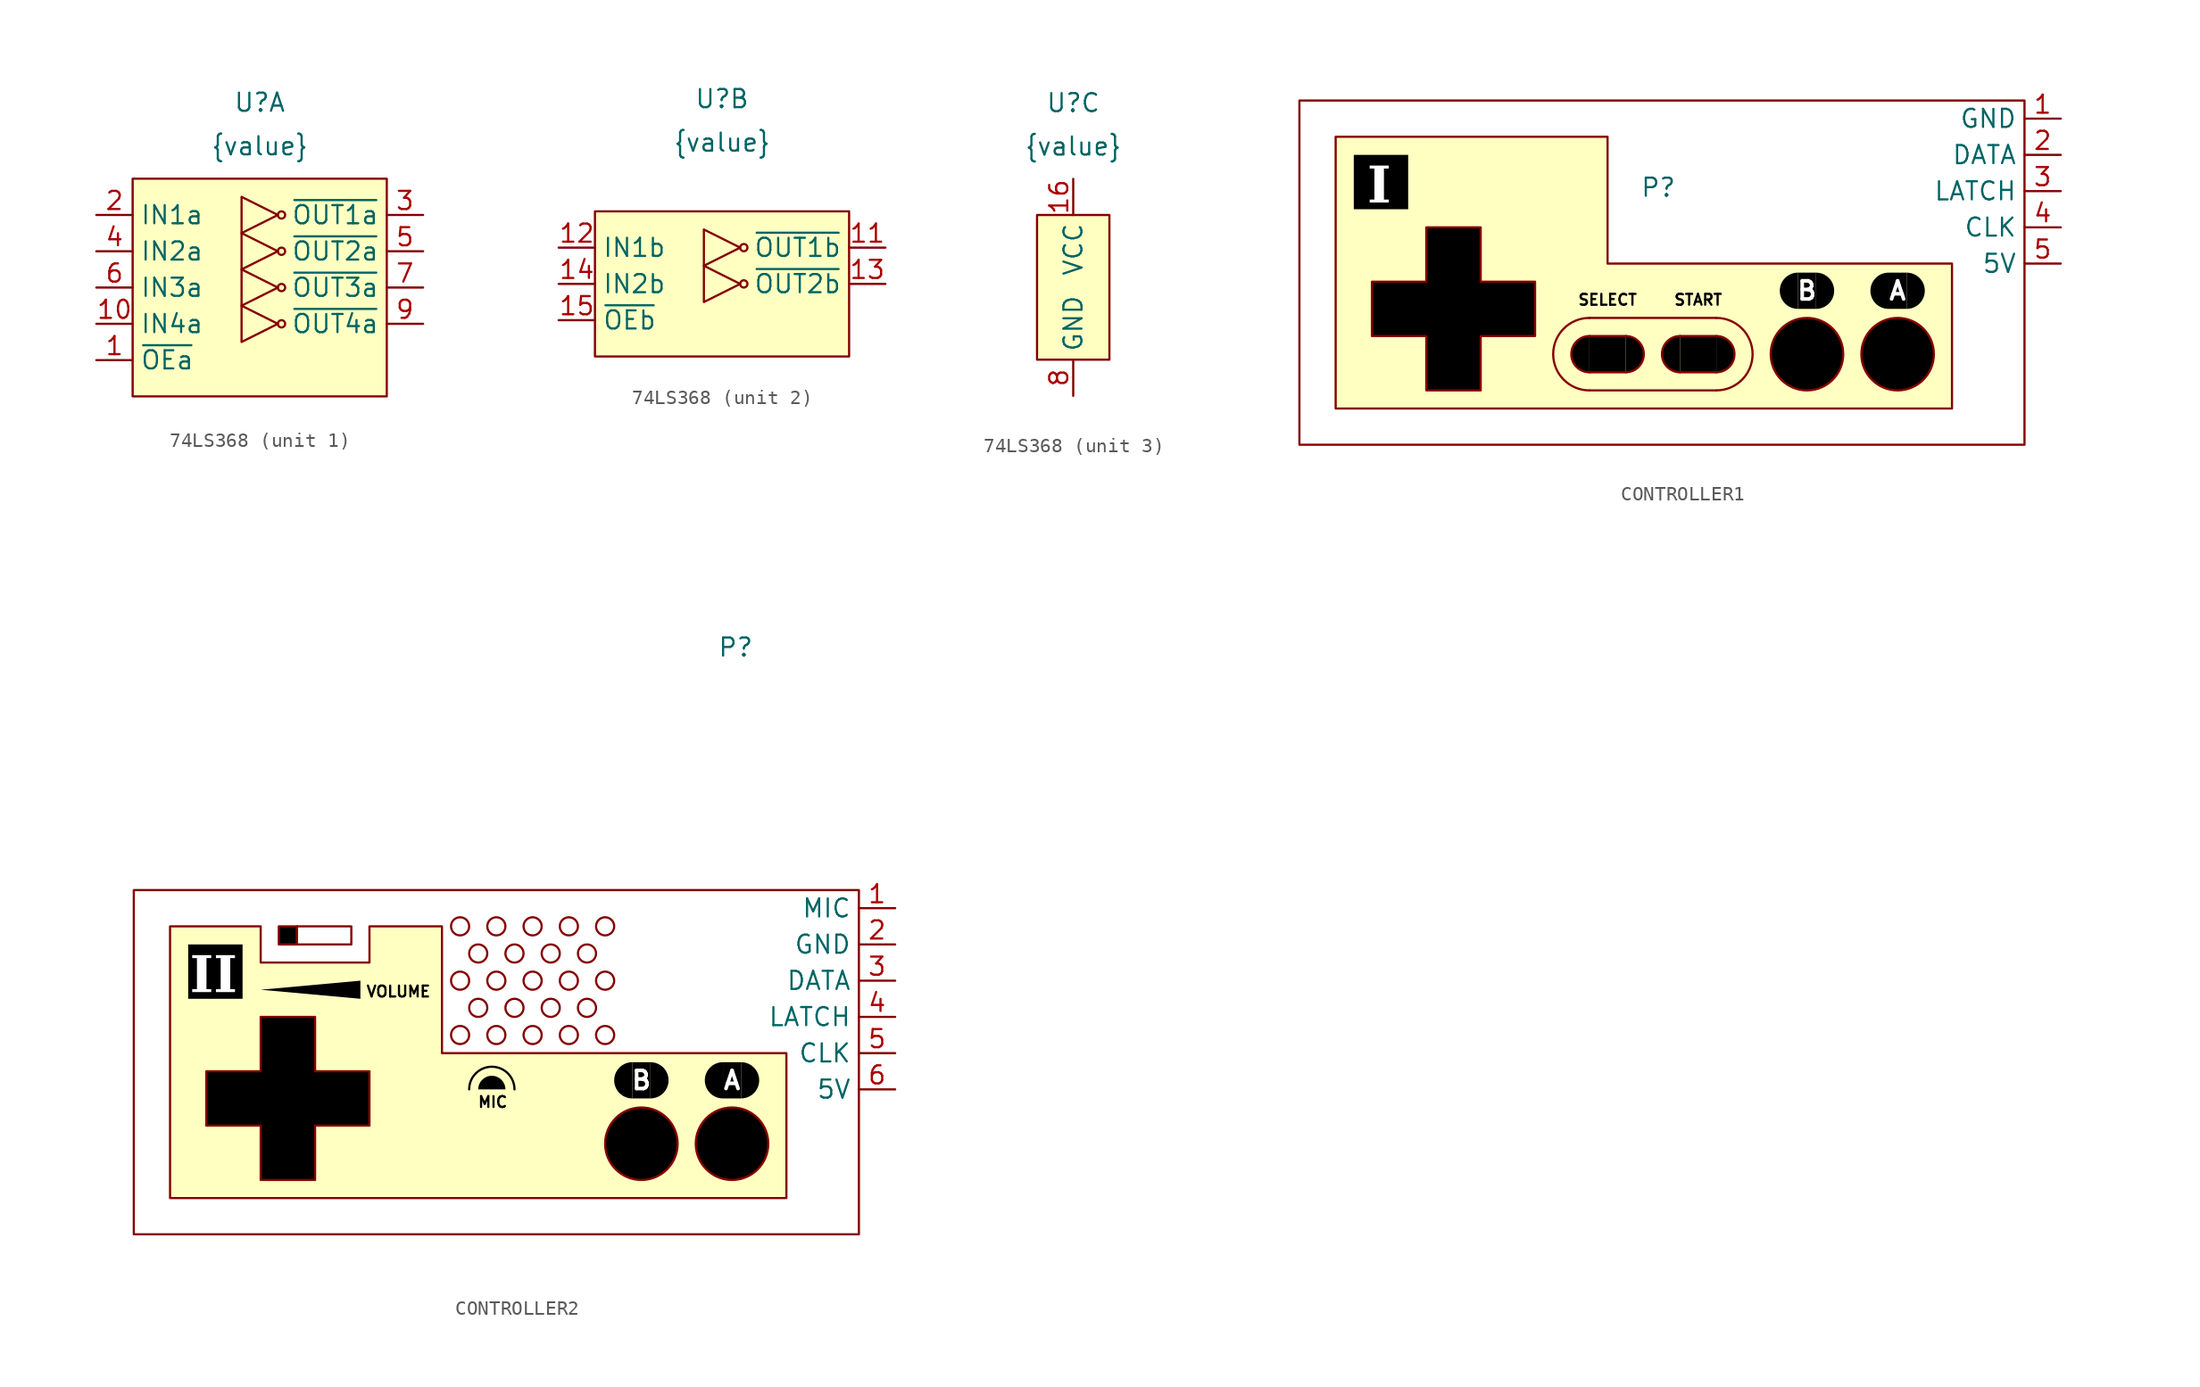
<source format=kicad_sym>
(kicad_symbol_lib
  (version 20241209)
  (generator "kicad_symbol_editor")
  (generator_version "9.0")
  (symbol "74LS368"
    (property "Reference" "U"
      (at 0 7.874 0)
      (effects (font (size 1.27 1.27))))
    (property "Value" "{value}"
      (at 0 4.826 0)
      (effects (font (size 1.27 1.27))))
    (property "ki_locked" ""
      (at 0 0 0)
      (effects (font (size 1.27 1.27))))
    (symbol "74LS368_1_0"
      (pin input line (at -11.43 0 0) (length 2.54) (name "IN1a" (effects (font (size 1.27 1.27)))) (number "2" (effects (font (size 1.27 1.27)))))
      (pin input line (at -11.43 -2.54 0) (length 2.54) (name "IN2a" (effects (font (size 1.27 1.27)))) (number "4" (effects (font (size 1.27 1.27)))))
      (pin input line (at -11.43 -5.08 0) (length 2.54) (name "IN3a" (effects (font (size 1.27 1.27)))) (number "6" (effects (font (size 1.27 1.27)))))
      (pin input line (at -11.43 -7.62 0) (length 2.54) (name "IN4a" (effects (font (size 1.27 1.27)))) (number "10" (effects (font (size 1.27 1.27)))))
      (pin input line (at -11.43 -10.16 0) (length 2.54) (name "~{OEa}" (effects (font (size 1.27 1.27)))) (number "1" (effects (font (size 1.27 1.27)))))
      (pin tri_state line (at 11.43 0 180) (length 2.54) (name "~{OUT1a}" (effects (font (size 1.27 1.27)))) (number "3" (effects (font (size 1.27 1.27)))))
      (pin tri_state line (at 11.43 -2.54 180) (length 2.54) (name "~{OUT2a}" (effects (font (size 1.27 1.27)))) (number "5" (effects (font (size 1.27 1.27)))))
      (pin tri_state line (at 11.43 -5.08 180) (length 2.54) (name "~{OUT3a}" (effects (font (size 1.27 1.27)))) (number "7" (effects (font (size 1.27 1.27)))))
      (pin tri_state line (at 11.43 -7.62 180) (length 2.54) (name "~{OUT4a}" (effects (font (size 1.27 1.27)))) (number "9" (effects (font (size 1.27 1.27))))))
    (symbol "74LS368_1_1"
      (rectangle (start -8.89 2.54) (end 8.89 -12.7) (stroke (width 0) (type solid)) (fill (type background)))
      (polyline (pts (xy -1.27 1.27) (xy -1.27 -1.27) (xy 1.27 0) (xy -1.27 1.27)) (stroke (width 0) (type default)) (fill (type none)))
      (polyline (pts (xy -1.27 -1.27) (xy -1.27 -3.81) (xy 1.27 -2.54) (xy -1.27 -1.27)) (stroke (width 0) (type default)) (fill (type none)))
      (polyline (pts (xy -1.27 -3.81) (xy -1.27 -6.35) (xy 1.27 -5.08) (xy -1.27 -3.81)) (stroke (width 0) (type default)) (fill (type none)))
      (polyline (pts (xy -1.27 -6.35) (xy -1.27 -8.89) (xy 1.27 -7.62) (xy -1.27 -6.35)) (stroke (width 0) (type default)) (fill (type none)))
      (circle (center 1.524 0) (radius 0.254) (stroke (width 0) (type default)) (fill (type none)))
      (circle (center 1.524 -2.54) (radius 0.254) (stroke (width 0) (type default)) (fill (type none)))
      (circle (center 1.524 -5.08) (radius 0.254) (stroke (width 0) (type default)) (fill (type none)))
      (circle (center 1.524 -7.62) (radius 0.254) (stroke (width 0) (type default)) (fill (type none))))
    (symbol "74LS368_2_0"
      (pin input line (at -11.43 -2.54 0) (length 2.54) (name "IN1b" (effects (font (size 1.27 1.27)))) (number "12" (effects (font (size 1.27 1.27)))))
      (pin input line (at -11.43 -5.08 0) (length 2.54) (name "IN2b" (effects (font (size 1.27 1.27)))) (number "14" (effects (font (size 1.27 1.27)))))
      (pin input line (at -11.43 -7.62 0) (length 2.54) (name "~{OEb}" (effects (font (size 1.27 1.27)))) (number "15" (effects (font (size 1.27 1.27)))))
      (pin tri_state line (at 11.43 -2.54 180) (length 2.54) (name "~{OUT1b}" (effects (font (size 1.27 1.27)))) (number "11" (effects (font (size 1.27 1.27)))))
      (pin tri_state line (at 11.43 -5.08 180) (length 2.54) (name "~{OUT2b}" (effects (font (size 1.27 1.27)))) (number "13" (effects (font (size 1.27 1.27))))))
    (symbol "74LS368_2_1"
      (rectangle (start -8.89 0) (end 8.89 -10.16) (stroke (width 0) (type solid)) (fill (type background)))
      (polyline (pts (xy -1.27 -1.27) (xy -1.27 -3.81) (xy 1.27 -2.54) (xy -1.27 -1.27)) (stroke (width 0) (type default)) (fill (type none)))
      (polyline (pts (xy -1.27 -3.81) (xy -1.27 -6.35) (xy 1.27 -5.08) (xy -1.27 -3.81)) (stroke (width 0) (type default)) (fill (type none)))
      (circle (center 1.524 -2.54) (radius 0.254) (stroke (width 0) (type default)) (fill (type none)))
      (circle (center 1.524 -5.08) (radius 0.254) (stroke (width 0) (type default)) (fill (type none))))
    (symbol "74LS368_3_0"
      (pin power_in line (at 0 2.54 270) (length 2.54) (name "VCC" (effects (font (size 1.27 1.27)))) (number "16" (effects (font (size 1.27 1.27)))))
      (pin power_in line (at 0 -12.7 90) (length 2.54) (name "GND" (effects (font (size 1.27 1.27)))) (number "8" (effects (font (size 1.27 1.27))))))
    (symbol "74LS368_3_1"
      (rectangle (start -2.54 0) (end 2.54 -10.16) (stroke (width 0) (type solid)) (fill (type background)))))
  (symbol "CONTROLLER1"
    (property "Reference" "P"
      (at -25.654 -6.096 0)
      (effects (font (size 1.27 1.27))))
    (property "Value" ""
      (at 0 0 0)
      (effects (font (size 1.27 1.27))))
    (symbol "CONTROLLER1_0_0"
      (pin power_in line (at 2.54 -1.27 180) (length 2.54) (name "GND" (effects (font (size 1.27 1.27)))) (number "1" (effects (font (size 1.27 1.27)))))
      (pin power_in line (at 2.54 -11.43 180) (length 2.54) (name "5V" (effects (font (size 1.27 1.27)))) (number "5" (effects (font (size 1.27 1.27))))))
    (symbol "CONTROLLER1_1_0"
      (pin output line (at 2.54 -3.81 180) (length 2.54) (name "DATA" (effects (font (size 1.27 1.27)))) (number "2" (effects (font (size 1.27 1.27)))))
      (pin input line (at 2.54 -6.35 180) (length 2.54) (name "LATCH" (effects (font (size 1.27 1.27)))) (number "3" (effects (font (size 1.27 1.27)))))
      (pin input line (at 2.54 -8.89 180) (length 2.54) (name "CLK" (effects (font (size 1.27 1.27)))) (number "4" (effects (font (size 1.27 1.27))))))
    (symbol "CONTROLLER1_1_1"
      (rectangle (start -50.8 0) (end 0 -24.13) (stroke (width 0) (type default)) (fill (type none)))
      (polyline (pts (xy -48.26 -2.54) (xy -48.26 -21.59) (xy -5.08 -21.59) (xy -5.08 -11.43) (xy -29.21 -11.43) (xy -29.21 -2.54) (xy -48.26 -2.54)) (stroke (width 0) (type solid)) (fill (type background)))
      (rectangle (start -46.99 -3.81) (end -43.18 -7.62) (stroke (width -0.0001) (type solid)) (fill (type color) (color 0 0 0 1)))
      (polyline (pts (xy -41.91 -8.89) (xy -41.91 -12.7) (xy -45.72 -12.7) (xy -45.72 -16.51) (xy -41.91 -16.51) (xy -41.91 -20.32) (xy -38.1 -20.32) (xy -38.1 -16.51) (xy -34.29 -16.51) (xy -34.29 -12.7) (xy -38.1 -12.7) (xy -38.1 -8.89) (xy -41.91 -8.89)) (stroke (width 0) (type solid)) (fill (type color) (color 0 0 0 1)))
      (polyline (pts (xy -30.48 -15.24) (xy -21.59 -15.24)) (stroke (width 0) (type default)) (fill (type none)))
      (rectangle (start -30.48 -16.51) (end -27.94 -19.05) (stroke (width -0.0001) (type solid)) (fill (type color) (color 0 0 0 1)))
      (polyline (pts (xy -30.48 -16.51) (xy -27.94 -16.51)) (stroke (width 0) (type default)) (fill (type none)))
      (arc (start -30.48 -19.05) (mid -31.75 -17.78) (end -30.48 -16.51) (stroke (width 0) (type solid)) (fill (type color) (color 0 0 0 1)))
      (arc (start -30.48 -20.32) (mid -33.02 -17.78) (end -30.48 -15.24) (stroke (width 0) (type default)) (fill (type none)))
      (polyline (pts (xy -30.48 -19.05) (xy -27.94 -19.05)) (stroke (width 0) (type default)) (fill (type none)))
      (polyline (pts (xy -30.48 -20.32) (xy -21.59 -20.32)) (stroke (width 0) (type default)) (fill (type none)))
      (arc (start -27.94 -16.51) (mid -26.67 -17.78) (end -27.94 -19.05) (stroke (width 0) (type solid)) (fill (type color) (color 0 0 0 1)))
      (rectangle (start -24.13 -16.51) (end -21.59 -19.05) (stroke (width -0.0001) (type solid)) (fill (type color) (color 0 0 0 1)))
      (polyline (pts (xy -24.13 -16.51) (xy -21.59 -16.51)) (stroke (width 0) (type default)) (fill (type none)))
      (arc (start -24.13 -19.05) (mid -25.4 -17.78) (end -24.13 -16.51) (stroke (width 0) (type solid)) (fill (type color) (color 0 0 0 1)))
      (polyline (pts (xy -24.13 -19.05) (xy -21.59 -19.05)) (stroke (width 0) (type default)) (fill (type none)))
      (arc (start -21.59 -15.24) (mid -19.05 -17.78) (end -21.59 -20.32) (stroke (width 0) (type default)) (fill (type none)))
      (arc (start -21.59 -16.51) (mid -20.32 -17.78) (end -21.59 -19.05) (stroke (width 0) (type solid)) (fill (type color) (color 0 0 0 1)))
      (rectangle (start -15.875 -12.065) (end -14.605 -14.605) (stroke (width -0.0001) (type solid)) (fill (type color) (color 0 0 0 1)))
      (arc (start -15.875 -14.605) (mid -17.145 -13.335) (end -15.875 -12.065) (stroke (width -0.0001) (type solid)) (fill (type color) (color 0 0 0 1)))
      (circle (center -15.24 -17.78) (radius 2.54) (stroke (width 0) (type solid)) (fill (type color) (color 0 0 0 1)))
      (arc (start -14.605 -12.065) (mid -13.335 -13.335) (end -14.605 -14.605) (stroke (width -0.0001) (type solid)) (fill (type color) (color 0 0 0 1)))
      (rectangle (start -9.525 -12.065) (end -8.255 -14.605) (stroke (width -0.0001) (type solid)) (fill (type color) (color 0 0 0 1)))
      (arc (start -9.525 -14.605) (mid -10.795 -13.335) (end -9.525 -12.065) (stroke (width -0.0001) (type solid)) (fill (type color) (color 0 0 0 1)))
      (circle (center -8.89 -17.78) (radius 2.54) (stroke (width 0) (type solid)) (fill (type color) (color 0 0 0 1)))
      (arc (start -8.255 -12.065) (mid -6.985 -13.335) (end -8.255 -14.605) (stroke (width -0.0001) (type solid)) (fill (type color) (color 0 0 0 1)))
      (text "I" (at -45.212 -6.096 0) (effects (font (face "DejaVu Serif") (size 2.54 2.54) (bold yes) (color 255 255 255 1))))
      (text "SELECT" (at -29.21 -13.97 0) (effects (font (size 0.762 0.762) (color 0 0 0 1))))
      (text "START" (at -22.86 -13.97 0) (effects (font (size 0.762 0.762) (color 0 0 0 1))))
      (text "B" (at -15.24 -13.335 0) (effects (font (size 1.27 1.27) (thickness 0.254) (bold yes) (color 255 255 255 1))))
      (text "A" (at -8.89 -13.335 0) (effects (font (size 1.27 1.27) (thickness 0.254) (bold yes) (color 255 255 255 1))))))
  (symbol "CONTROLLER2"
    (property "Reference" "P"
      (at -8.636 17.018 0)
      (effects (font (size 1.27 1.27))))
    (property "Value" ""
      (at 0 0 0)
      (effects (font (size 1.27 1.27))))
    (symbol "CONTROLLER2_0_0"
      (pin output line (at 2.54 -1.27 180) (length 2.54) (name "MIC" (effects (font (size 1.27 1.27)))) (number "1" (effects (font (size 1.27 1.27)))))
      (pin power_in line (at 2.54 -3.81 180) (length 2.54) (name "GND" (effects (font (size 1.27 1.27)))) (number "2" (effects (font (size 1.27 1.27)))))
      (pin power_in line (at 2.54 -13.97 180) (length 2.54) (name "5V" (effects (font (size 1.27 1.27)))) (number "6" (effects (font (size 1.27 1.27))))))
    (symbol "CONTROLLER2_1_0"
      (pin output line (at 2.54 -6.35 180) (length 2.54) (name "DATA" (effects (font (size 1.27 1.27)))) (number "3" (effects (font (size 1.27 1.27)))))
      (pin input line (at 2.54 -8.89 180) (length 2.54) (name "LATCH" (effects (font (size 1.27 1.27)))) (number "4" (effects (font (size 1.27 1.27)))))
      (pin input line (at 2.54 -11.43 180) (length 2.54) (name "CLK" (effects (font (size 1.27 1.27)))) (number "5" (effects (font (size 1.27 1.27))))))
    (symbol "CONTROLLER2_1_1"
      (rectangle (start -50.8 0) (end 0 -24.13) (stroke (width 0) (type default)) (fill (type none)))
      (polyline (pts (xy -48.26 -2.54) (xy -48.26 -21.59) (xy -5.08 -21.59) (xy -5.08 -11.43) (xy -29.21 -11.43) (xy -29.21 -2.54) (xy -34.29 -2.54) (xy -34.29 -5.08) (xy -41.91 -5.08) (xy -41.91 -2.54) (xy -48.26 -2.54)) (stroke (width 0) (type solid)) (fill (type background)))
      (rectangle (start -46.99 -3.81) (end -43.18 -7.62) (stroke (width -0.0001) (type solid)) (fill (type color) (color 0 0 0 1)))
      (polyline (pts (xy -41.91 -6.985) (xy -34.925 -6.35) (xy -34.925 -7.62) (xy -41.91 -6.985)) (stroke (width -0.0001) (type solid)) (fill (type color) (color 0 0 0 1)))
      (polyline (pts (xy -41.91 -8.89) (xy -41.91 -12.7) (xy -45.72 -12.7) (xy -45.72 -16.51) (xy -41.91 -16.51) (xy -41.91 -20.32) (xy -38.1 -20.32) (xy -38.1 -16.51) (xy -34.29 -16.51) (xy -34.29 -12.7) (xy -38.1 -12.7) (xy -38.1 -8.89) (xy -41.91 -8.89)) (stroke (width 0) (type solid)) (fill (type color) (color 0 0 0 1)))
      (rectangle (start -40.64 -2.54) (end -39.37 -3.81) (stroke (width 0) (type solid)) (fill (type color) (color 0 0 0 1)))
      (rectangle (start -39.37 -2.54) (end -35.56 -3.81) (stroke (width 0) (type solid)) (fill (type none)))
      (circle (center -27.94 -2.54) (radius 0.635) (stroke (width 0) (type default)) (fill (type none)))
      (circle (center -27.94 -6.35) (radius 0.635) (stroke (width 0) (type default)) (fill (type none)))
      (circle (center -27.94 -10.16) (radius 0.635) (stroke (width 0) (type default)) (fill (type none)))
      (circle (center -26.67 -4.445) (radius 0.635) (stroke (width 0) (type default)) (fill (type none)))
      (circle (center -26.67 -8.255) (radius 0.635) (stroke (width 0) (type default)) (fill (type none)))
      (arc (start -27.305 -13.97) (mid -25.7175 -12.3825) (end -24.13 -13.97) (stroke (width 0) (type solid) (color 0 0 0 1)) (fill (type none)))
      (arc (start -26.67 -13.97) (mid -25.7175 -13.0175) (end -24.765 -13.97) (stroke (width -0.0001) (type solid)) (fill (type color) (color 0 0 0 1)))
      (circle (center -25.4 -2.54) (radius 0.635) (stroke (width 0) (type default)) (fill (type none)))
      (circle (center -25.4 -6.35) (radius 0.635) (stroke (width 0) (type default)) (fill (type none)))
      (circle (center -25.4 -10.16) (radius 0.635) (stroke (width 0) (type default)) (fill (type none)))
      (circle (center -24.13 -4.445) (radius 0.635) (stroke (width 0) (type default)) (fill (type none)))
      (circle (center -24.13 -8.255) (radius 0.635) (stroke (width 0) (type default)) (fill (type none)))
      (circle (center -22.86 -2.54) (radius 0.635) (stroke (width 0) (type default)) (fill (type none)))
      (circle (center -22.86 -6.35) (radius 0.635) (stroke (width 0) (type default)) (fill (type none)))
      (circle (center -22.86 -10.16) (radius 0.635) (stroke (width 0) (type default)) (fill (type none)))
      (circle (center -21.59 -4.445) (radius 0.635) (stroke (width 0) (type default)) (fill (type none)))
      (circle (center -21.59 -8.255) (radius 0.635) (stroke (width 0) (type default)) (fill (type none)))
      (circle (center -20.32 -2.54) (radius 0.635) (stroke (width 0) (type default)) (fill (type none)))
      (circle (center -20.32 -6.35) (radius 0.635) (stroke (width 0) (type default)) (fill (type none)))
      (circle (center -20.32 -10.16) (radius 0.635) (stroke (width 0) (type default)) (fill (type none)))
      (circle (center -19.05 -4.445) (radius 0.635) (stroke (width 0) (type default)) (fill (type none)))
      (circle (center -19.05 -8.255) (radius 0.635) (stroke (width 0) (type default)) (fill (type none)))
      (circle (center -17.78 -2.54) (radius 0.635) (stroke (width 0) (type default)) (fill (type none)))
      (circle (center -17.78 -6.35) (radius 0.635) (stroke (width 0) (type default)) (fill (type none)))
      (circle (center -17.78 -10.16) (radius 0.635) (stroke (width 0) (type default)) (fill (type none)))
      (rectangle (start -15.875 -12.065) (end -14.605 -14.605) (stroke (width -0.0001) (type solid)) (fill (type color) (color 0 0 0 1)))
      (arc (start -15.875 -14.605) (mid -17.145 -13.335) (end -15.875 -12.065) (stroke (width -0.0001) (type solid)) (fill (type color) (color 0 0 0 1)))
      (circle (center -15.24 -17.78) (radius 2.54) (stroke (width 0) (type solid)) (fill (type color) (color 0 0 0 1)))
      (arc (start -14.605 -12.065) (mid -13.335 -13.335) (end -14.605 -14.605) (stroke (width -0.0001) (type solid)) (fill (type color) (color 0 0 0 1)))
      (rectangle (start -9.525 -12.065) (end -8.255 -14.605) (stroke (width -0.0001) (type solid)) (fill (type color) (color 0 0 0 1)))
      (arc (start -9.525 -14.605) (mid -10.795 -13.335) (end -9.525 -12.065) (stroke (width -0.0001) (type solid)) (fill (type color) (color 0 0 0 1)))
      (circle (center -8.89 -17.78) (radius 2.54) (stroke (width 0) (type solid)) (fill (type color) (color 0 0 0 1)))
      (arc (start -8.255 -12.065) (mid -6.985 -13.335) (end -8.255 -14.605) (stroke (width -0.0001) (type solid)) (fill (type color) (color 0 0 0 1)))
      (text "II" (at -45.212 -6.096 0) (effects (font (face "DejaVu Serif") (size 2.54 2.54) (bold yes) (color 255 255 255 1))))
      (text "VOLUME" (at -32.258 -7.112 0) (effects (font (size 0.762 0.762) (color 0 0 0 1))))
      (text "MIC" (at -25.654 -14.859 0) (effects (font (size 0.762 0.762) (color 0 0 0 1))))
      (text "B" (at -15.24 -13.335 0) (effects (font (size 1.27 1.27) (thickness 0.254) (bold yes) (color 255 255 255 1))))
      (text "A" (at -8.89 -13.335 0) (effects (font (size 1.27 1.27) (thickness 0.254) (bold yes) (color 255 255 255 1)))))))
</source>
